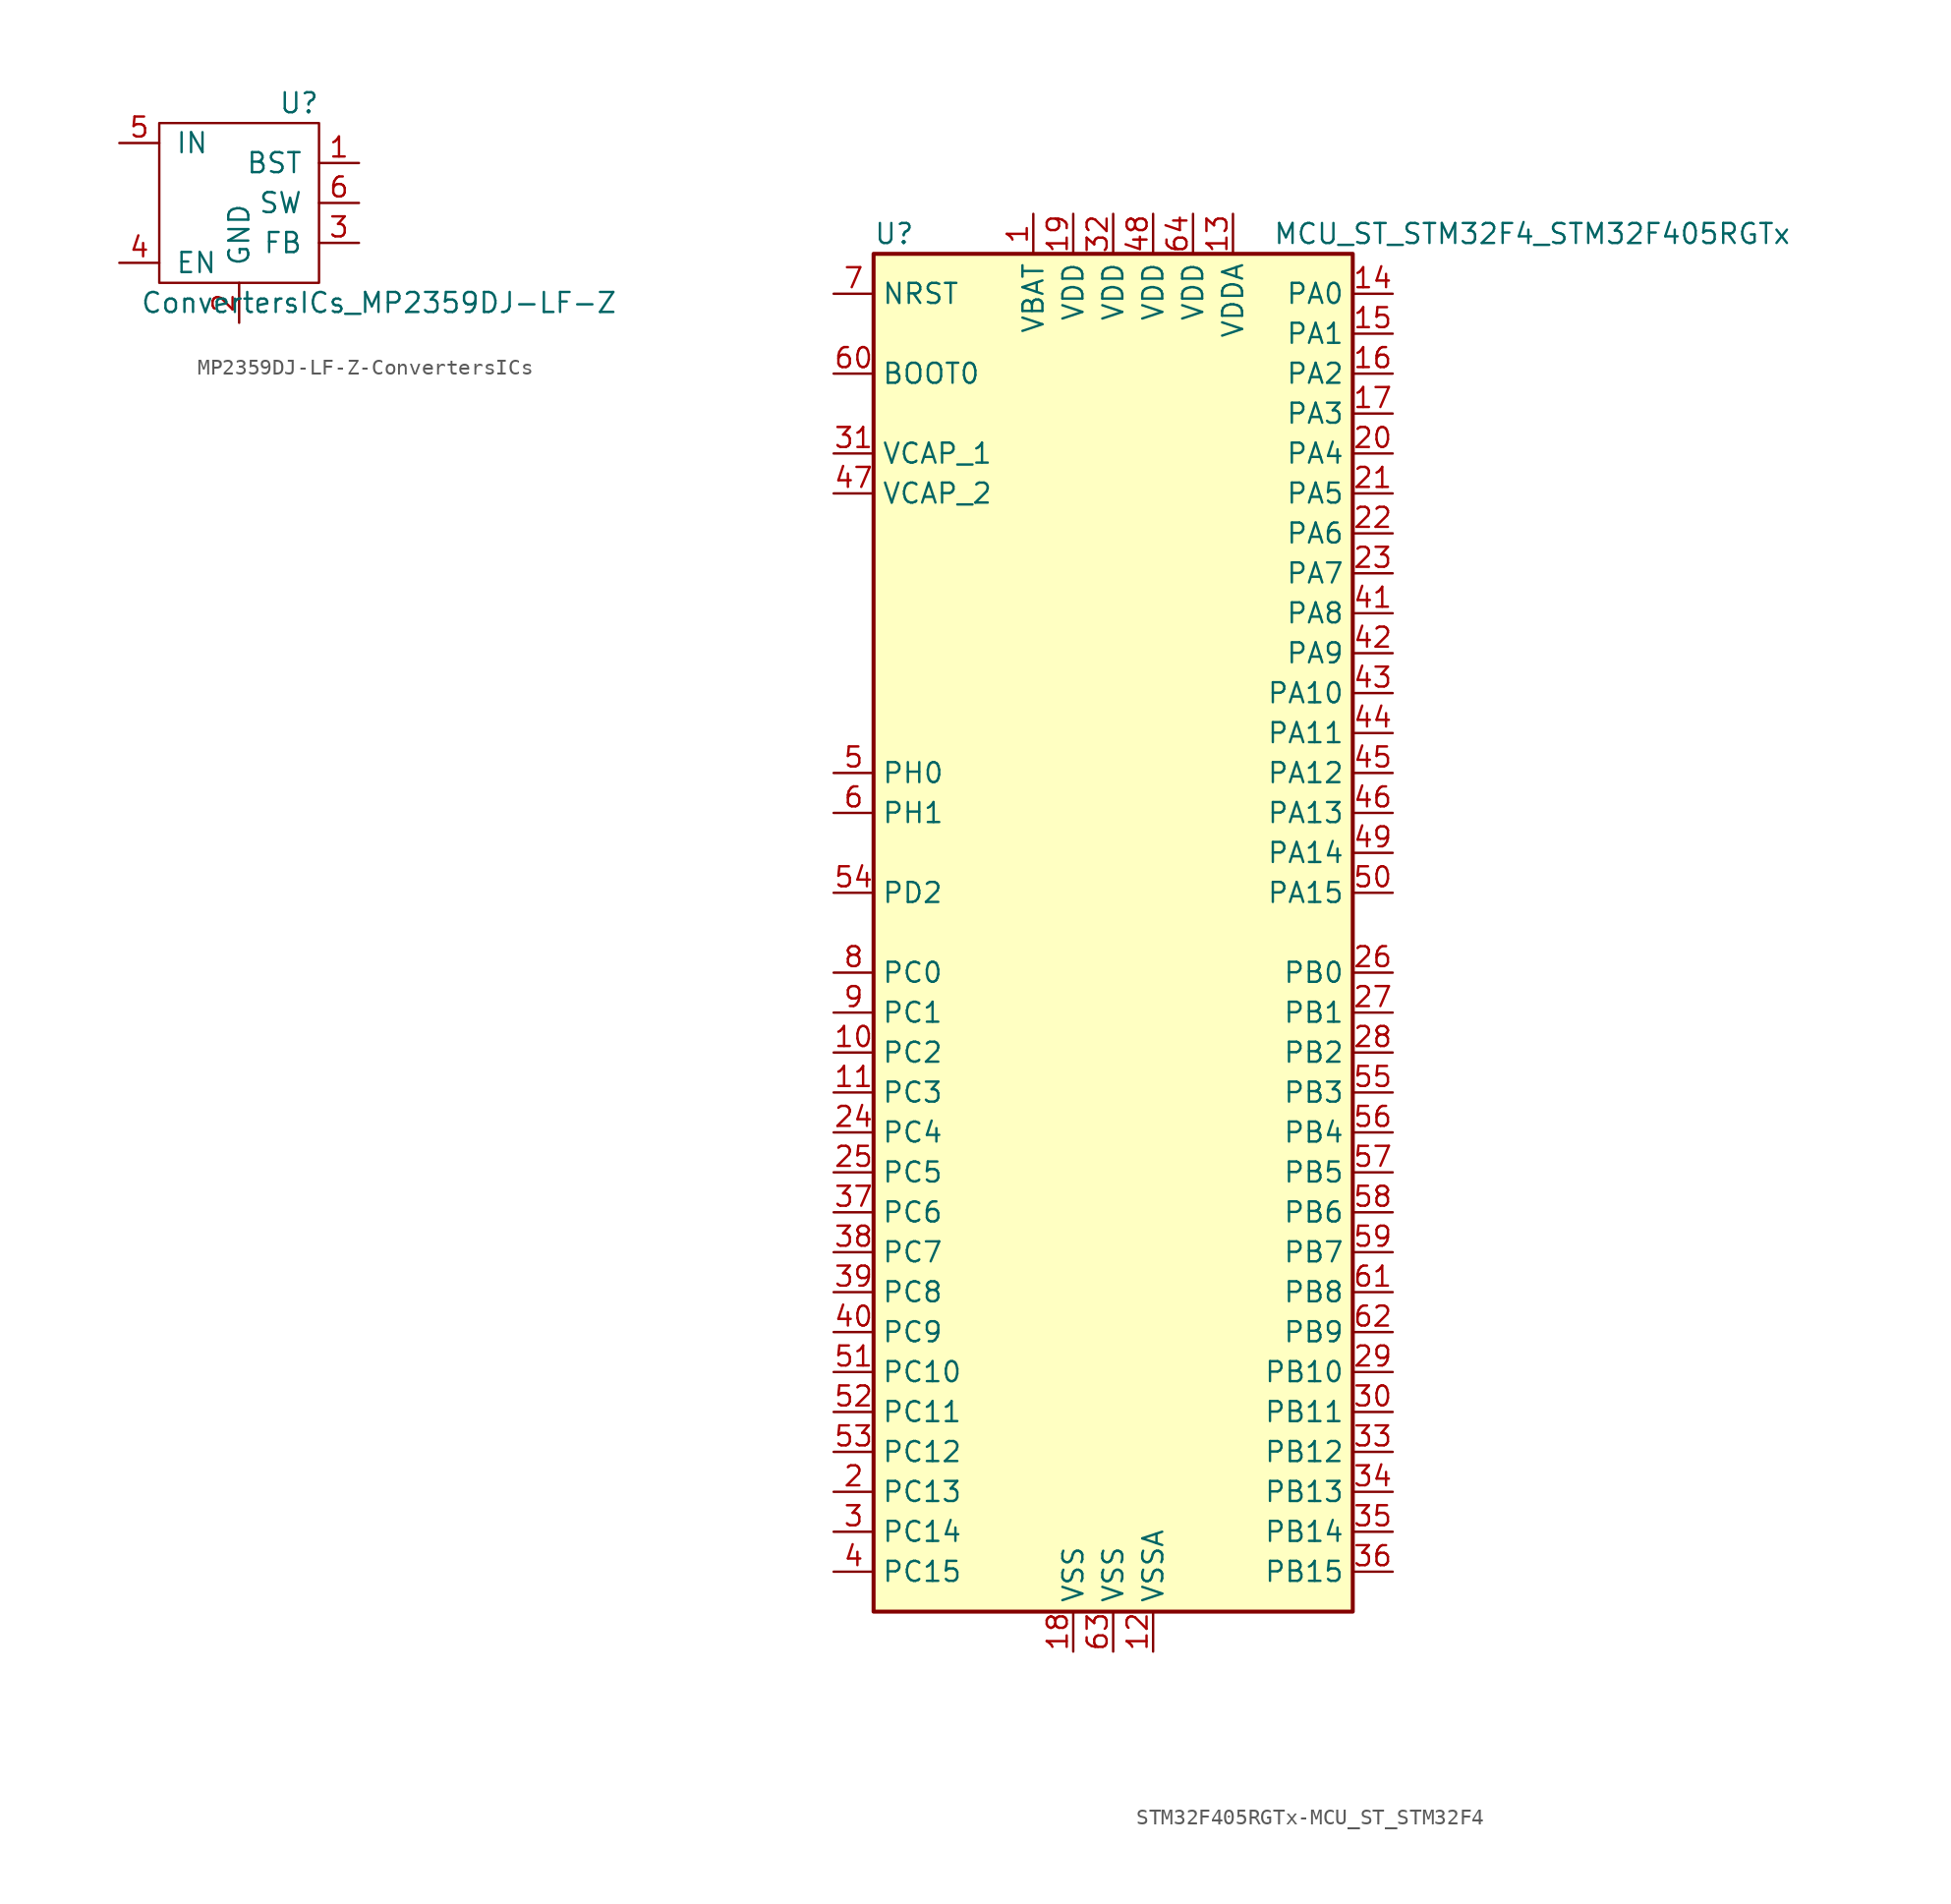
<source format=kicad_sym>
(kicad_symbol_lib
  (version 20220914)
  (generator kicad_symbol_editor)
  (symbol "MP2359DJ-LF-Z-ConvertersICs"
    (pin_names
      (offset 1.016))
    (property "Reference" "U"
      (at 3.81 6.35 0)
      (effects (font (size 1.27 1.27))))
    (property "Value" "ConvertersICs_MP2359DJ-LF-Z"
      (at 8.89 -6.35 0)
      (effects (font (size 1.27 1.27))))
    (symbol "MP2359DJ-LF-Z-ConvertersICs_0_1"
      (rectangle (start -5.08 -5.08) (end 5.08 5.08) (stroke (width 0) (type solid)) (fill (type none))))
    (symbol "MP2359DJ-LF-Z-ConvertersICs_1_1"
      (pin input line (at 7.62 2.54 180) (length 2.54) (name "BST" (effects (font (size 1.27 1.27)))) (number "1" (effects (font (size 1.27 1.27)))))
      (pin input line (at 0 -7.62 90) (length 2.54) (name "GND" (effects (font (size 1.27 1.27)))) (number "2" (effects (font (size 1.27 1.27)))))
      (pin input line (at 7.62 -2.54 180) (length 2.54) (name "FB" (effects (font (size 1.27 1.27)))) (number "3" (effects (font (size 1.27 1.27)))))
      (pin input line (at -7.62 -3.81 0) (length 2.54) (name "EN" (effects (font (size 1.27 1.27)))) (number "4" (effects (font (size 1.27 1.27)))))
      (pin input line (at -7.62 3.81 0) (length 2.54) (name "IN" (effects (font (size 1.27 1.27)))) (number "5" (effects (font (size 1.27 1.27)))))
      (pin input line (at 7.62 0 180) (length 2.54) (name "SW" (effects (font (size 1.27 1.27)))) (number "6" (effects (font (size 1.27 1.27)))))))
  (symbol "STM32F405RGTx-MCU_ST_STM32F4"
    (property "Reference" "U"
      (at -15.24 44.45 0)
      (effects (font (size 1.27 1.27)) (justify left)))
    (property "Value" "MCU_ST_STM32F4_STM32F405RGTx"
      (at 10.16 44.45 0)
      (effects (font (size 1.27 1.27)) (justify left)))
    (symbol "STM32F405RGTx-MCU_ST_STM32F4_0_1"
      (rectangle (start -15.24 -43.18) (end 15.24 43.18) (stroke (width 0.254) (type solid)) (fill (type background))))
    (symbol "STM32F405RGTx-MCU_ST_STM32F4_1_1"
      (pin power_in line (at -5.08 45.72 270) (length 2.54) (name "VBAT" (effects (font (size 1.27 1.27)))) (number "1" (effects (font (size 1.27 1.27)))))
      (pin bidirectional line (at -17.78 -7.62 0) (length 2.54) (name "PC2" (effects (font (size 1.27 1.27)))) (number "10" (effects (font (size 1.27 1.27)))))
      (pin bidirectional line (at -17.78 -10.16 0) (length 2.54) (name "PC3" (effects (font (size 1.27 1.27)))) (number "11" (effects (font (size 1.27 1.27)))))
      (pin power_in line (at 2.54 -45.72 90) (length 2.54) (name "VSSA" (effects (font (size 1.27 1.27)))) (number "12" (effects (font (size 1.27 1.27)))))
      (pin power_in line (at 7.62 45.72 270) (length 2.54) (name "VDDA" (effects (font (size 1.27 1.27)))) (number "13" (effects (font (size 1.27 1.27)))))
      (pin bidirectional line (at 17.78 40.64 180) (length 2.54) (name "PA0" (effects (font (size 1.27 1.27)))) (number "14" (effects (font (size 1.27 1.27)))))
      (pin bidirectional line (at 17.78 38.1 180) (length 2.54) (name "PA1" (effects (font (size 1.27 1.27)))) (number "15" (effects (font (size 1.27 1.27)))))
      (pin bidirectional line (at 17.78 35.56 180) (length 2.54) (name "PA2" (effects (font (size 1.27 1.27)))) (number "16" (effects (font (size 1.27 1.27)))))
      (pin bidirectional line (at 17.78 33.02 180) (length 2.54) (name "PA3" (effects (font (size 1.27 1.27)))) (number "17" (effects (font (size 1.27 1.27)))))
      (pin power_in line (at -2.54 -45.72 90) (length 2.54) (name "VSS" (effects (font (size 1.27 1.27)))) (number "18" (effects (font (size 1.27 1.27)))))
      (pin power_in line (at -2.54 45.72 270) (length 2.54) (name "VDD" (effects (font (size 1.27 1.27)))) (number "19" (effects (font (size 1.27 1.27)))))
      (pin bidirectional line (at -17.78 -35.56 0) (length 2.54) (name "PC13" (effects (font (size 1.27 1.27)))) (number "2" (effects (font (size 1.27 1.27)))))
      (pin bidirectional line (at 17.78 30.48 180) (length 2.54) (name "PA4" (effects (font (size 1.27 1.27)))) (number "20" (effects (font (size 1.27 1.27)))))
      (pin bidirectional line (at 17.78 27.94 180) (length 2.54) (name "PA5" (effects (font (size 1.27 1.27)))) (number "21" (effects (font (size 1.27 1.27)))))
      (pin bidirectional line (at 17.78 25.4 180) (length 2.54) (name "PA6" (effects (font (size 1.27 1.27)))) (number "22" (effects (font (size 1.27 1.27)))))
      (pin bidirectional line (at 17.78 22.86 180) (length 2.54) (name "PA7" (effects (font (size 1.27 1.27)))) (number "23" (effects (font (size 1.27 1.27)))))
      (pin bidirectional line (at -17.78 -12.7 0) (length 2.54) (name "PC4" (effects (font (size 1.27 1.27)))) (number "24" (effects (font (size 1.27 1.27)))))
      (pin bidirectional line (at -17.78 -15.24 0) (length 2.54) (name "PC5" (effects (font (size 1.27 1.27)))) (number "25" (effects (font (size 1.27 1.27)))))
      (pin bidirectional line (at 17.78 -2.54 180) (length 2.54) (name "PB0" (effects (font (size 1.27 1.27)))) (number "26" (effects (font (size 1.27 1.27)))))
      (pin bidirectional line (at 17.78 -5.08 180) (length 2.54) (name "PB1" (effects (font (size 1.27 1.27)))) (number "27" (effects (font (size 1.27 1.27)))))
      (pin bidirectional line (at 17.78 -7.62 180) (length 2.54) (name "PB2" (effects (font (size 1.27 1.27)))) (number "28" (effects (font (size 1.27 1.27)))))
      (pin bidirectional line (at 17.78 -27.94 180) (length 2.54) (name "PB10" (effects (font (size 1.27 1.27)))) (number "29" (effects (font (size 1.27 1.27)))))
      (pin bidirectional line (at -17.78 -38.1 0) (length 2.54) (name "PC14" (effects (font (size 1.27 1.27)))) (number "3" (effects (font (size 1.27 1.27)))))
      (pin bidirectional line (at 17.78 -30.48 180) (length 2.54) (name "PB11" (effects (font (size 1.27 1.27)))) (number "30" (effects (font (size 1.27 1.27)))))
      (pin power_in line (at -17.78 30.48 0) (length 2.54) (name "VCAP_1" (effects (font (size 1.27 1.27)))) (number "31" (effects (font (size 1.27 1.27)))))
      (pin power_in line (at 0 45.72 270) (length 2.54) (name "VDD" (effects (font (size 1.27 1.27)))) (number "32" (effects (font (size 1.27 1.27)))))
      (pin bidirectional line (at 17.78 -33.02 180) (length 2.54) (name "PB12" (effects (font (size 1.27 1.27)))) (number "33" (effects (font (size 1.27 1.27)))))
      (pin bidirectional line (at 17.78 -35.56 180) (length 2.54) (name "PB13" (effects (font (size 1.27 1.27)))) (number "34" (effects (font (size 1.27 1.27)))))
      (pin bidirectional line (at 17.78 -38.1 180) (length 2.54) (name "PB14" (effects (font (size 1.27 1.27)))) (number "35" (effects (font (size 1.27 1.27)))))
      (pin bidirectional line (at 17.78 -40.64 180) (length 2.54) (name "PB15" (effects (font (size 1.27 1.27)))) (number "36" (effects (font (size 1.27 1.27)))))
      (pin bidirectional line (at -17.78 -17.78 0) (length 2.54) (name "PC6" (effects (font (size 1.27 1.27)))) (number "37" (effects (font (size 1.27 1.27)))))
      (pin bidirectional line (at -17.78 -20.32 0) (length 2.54) (name "PC7" (effects (font (size 1.27 1.27)))) (number "38" (effects (font (size 1.27 1.27)))))
      (pin bidirectional line (at -17.78 -22.86 0) (length 2.54) (name "PC8" (effects (font (size 1.27 1.27)))) (number "39" (effects (font (size 1.27 1.27)))))
      (pin bidirectional line (at -17.78 -40.64 0) (length 2.54) (name "PC15" (effects (font (size 1.27 1.27)))) (number "4" (effects (font (size 1.27 1.27)))))
      (pin bidirectional line (at -17.78 -25.4 0) (length 2.54) (name "PC9" (effects (font (size 1.27 1.27)))) (number "40" (effects (font (size 1.27 1.27)))))
      (pin bidirectional line (at 17.78 20.32 180) (length 2.54) (name "PA8" (effects (font (size 1.27 1.27)))) (number "41" (effects (font (size 1.27 1.27)))))
      (pin bidirectional line (at 17.78 17.78 180) (length 2.54) (name "PA9" (effects (font (size 1.27 1.27)))) (number "42" (effects (font (size 1.27 1.27)))))
      (pin bidirectional line (at 17.78 15.24 180) (length 2.54) (name "PA10" (effects (font (size 1.27 1.27)))) (number "43" (effects (font (size 1.27 1.27)))))
      (pin bidirectional line (at 17.78 12.7 180) (length 2.54) (name "PA11" (effects (font (size 1.27 1.27)))) (number "44" (effects (font (size 1.27 1.27)))))
      (pin bidirectional line (at 17.78 10.16 180) (length 2.54) (name "PA12" (effects (font (size 1.27 1.27)))) (number "45" (effects (font (size 1.27 1.27)))))
      (pin bidirectional line (at 17.78 7.62 180) (length 2.54) (name "PA13" (effects (font (size 1.27 1.27)))) (number "46" (effects (font (size 1.27 1.27)))))
      (pin power_in line (at -17.78 27.94 0) (length 2.54) (name "VCAP_2" (effects (font (size 1.27 1.27)))) (number "47" (effects (font (size 1.27 1.27)))))
      (pin power_in line (at 2.54 45.72 270) (length 2.54) (name "VDD" (effects (font (size 1.27 1.27)))) (number "48" (effects (font (size 1.27 1.27)))))
      (pin bidirectional line (at 17.78 5.08 180) (length 2.54) (name "PA14" (effects (font (size 1.27 1.27)))) (number "49" (effects (font (size 1.27 1.27)))))
      (pin input line (at -17.78 10.16 0) (length 2.54) (name "PH0" (effects (font (size 1.27 1.27)))) (number "5" (effects (font (size 1.27 1.27)))))
      (pin bidirectional line (at 17.78 2.54 180) (length 2.54) (name "PA15" (effects (font (size 1.27 1.27)))) (number "50" (effects (font (size 1.27 1.27)))))
      (pin bidirectional line (at -17.78 -27.94 0) (length 2.54) (name "PC10" (effects (font (size 1.27 1.27)))) (number "51" (effects (font (size 1.27 1.27)))))
      (pin bidirectional line (at -17.78 -30.48 0) (length 2.54) (name "PC11" (effects (font (size 1.27 1.27)))) (number "52" (effects (font (size 1.27 1.27)))))
      (pin bidirectional line (at -17.78 -33.02 0) (length 2.54) (name "PC12" (effects (font (size 1.27 1.27)))) (number "53" (effects (font (size 1.27 1.27)))))
      (pin bidirectional line (at -17.78 2.54 0) (length 2.54) (name "PD2" (effects (font (size 1.27 1.27)))) (number "54" (effects (font (size 1.27 1.27)))))
      (pin bidirectional line (at 17.78 -10.16 180) (length 2.54) (name "PB3" (effects (font (size 1.27 1.27)))) (number "55" (effects (font (size 1.27 1.27)))))
      (pin bidirectional line (at 17.78 -12.7 180) (length 2.54) (name "PB4" (effects (font (size 1.27 1.27)))) (number "56" (effects (font (size 1.27 1.27)))))
      (pin bidirectional line (at 17.78 -15.24 180) (length 2.54) (name "PB5" (effects (font (size 1.27 1.27)))) (number "57" (effects (font (size 1.27 1.27)))))
      (pin bidirectional line (at 17.78 -17.78 180) (length 2.54) (name "PB6" (effects (font (size 1.27 1.27)))) (number "58" (effects (font (size 1.27 1.27)))))
      (pin bidirectional line (at 17.78 -20.32 180) (length 2.54) (name "PB7" (effects (font (size 1.27 1.27)))) (number "59" (effects (font (size 1.27 1.27)))))
      (pin input line (at -17.78 7.62 0) (length 2.54) (name "PH1" (effects (font (size 1.27 1.27)))) (number "6" (effects (font (size 1.27 1.27)))))
      (pin input line (at -17.78 35.56 0) (length 2.54) (name "BOOT0" (effects (font (size 1.27 1.27)))) (number "60" (effects (font (size 1.27 1.27)))))
      (pin bidirectional line (at 17.78 -22.86 180) (length 2.54) (name "PB8" (effects (font (size 1.27 1.27)))) (number "61" (effects (font (size 1.27 1.27)))))
      (pin bidirectional line (at 17.78 -25.4 180) (length 2.54) (name "PB9" (effects (font (size 1.27 1.27)))) (number "62" (effects (font (size 1.27 1.27)))))
      (pin power_in line (at 0 -45.72 90) (length 2.54) (name "VSS" (effects (font (size 1.27 1.27)))) (number "63" (effects (font (size 1.27 1.27)))))
      (pin power_in line (at 5.08 45.72 270) (length 2.54) (name "VDD" (effects (font (size 1.27 1.27)))) (number "64" (effects (font (size 1.27 1.27)))))
      (pin input line (at -17.78 40.64 0) (length 2.54) (name "NRST" (effects (font (size 1.27 1.27)))) (number "7" (effects (font (size 1.27 1.27)))))
      (pin bidirectional line (at -17.78 -2.54 0) (length 2.54) (name "PC0" (effects (font (size 1.27 1.27)))) (number "8" (effects (font (size 1.27 1.27)))))
      (pin bidirectional line (at -17.78 -5.08 0) (length 2.54) (name "PC1" (effects (font (size 1.27 1.27)))) (number "9" (effects (font (size 1.27 1.27))))))))
</source>
